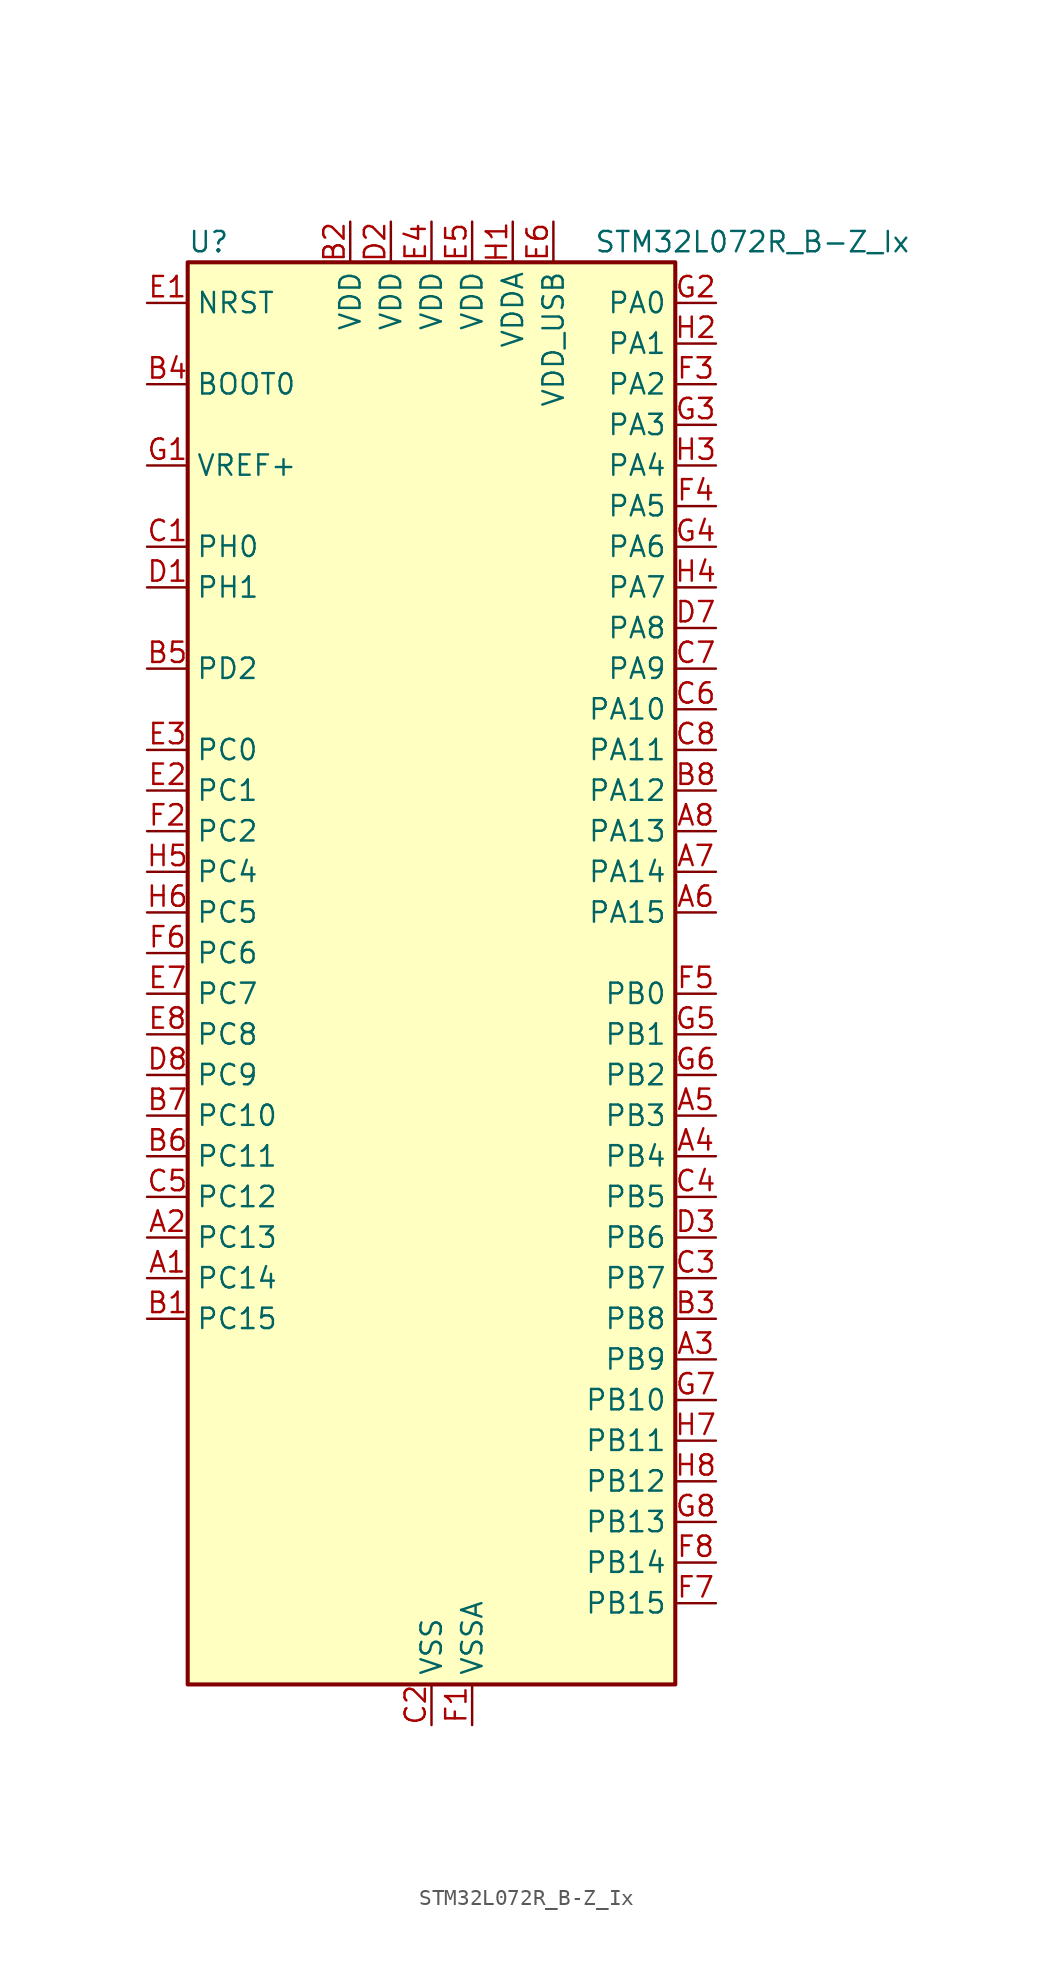
<source format=kicad_sym>
(kicad_symbol_lib
  (version 20231120)
  (generator "kicad_symbol_editor")
  (generator_version "8.0")
  (symbol "STM32L072R_B-Z_Ix"
    (property "Reference" "U"
      (at -15.24 46.99 0)
      (effects (font (size 1.27 1.27)) (justify left)))
    (property "Value" "STM32L072R_B-Z_Ix"
      (at 10.16 46.99 0)
      (effects (font (size 1.27 1.27)) (justify left)))
    (property "ki_locked" ""
      (at 0 0 0)
      (effects (font (size 1.27 1.27))))
    (symbol "STM32L072R_B-Z_Ix_0_1"
      (rectangle (start -15.24 -43.18) (end 15.24 45.72) (stroke (width 0.254) (type default)) (fill (type background))))
    (symbol "STM32L072R_B-Z_Ix_1_1"
      (pin bidirectional line (at -17.78 -17.78 0) (length 2.54) (name "PC14" (effects (font (size 1.27 1.27)))) (number "A1" (effects (font (size 1.27 1.27)))) (alternate "RCC_OSC32_IN" bidirectional line))
      (pin bidirectional line (at -17.78 -15.24 0) (length 2.54) (name "PC13" (effects (font (size 1.27 1.27)))) (number "A2" (effects (font (size 1.27 1.27)))) (alternate "RTC_OUT_ALARM" bidirectional line) (alternate "RTC_OUT_CALIB" bidirectional line) (alternate "RTC_TAMP1" bidirectional line) (alternate "RTC_TS" bidirectional line) (alternate "SYS_WKUP2" bidirectional line))
      (pin bidirectional line (at 17.78 -22.86 180) (length 2.54) (name "PB9" (effects (font (size 1.27 1.27)))) (number "A3" (effects (font (size 1.27 1.27)))) (alternate "DAC_EXTI9" bidirectional line) (alternate "I2C1_SDA" bidirectional line) (alternate "I2S2_WS" bidirectional line) (alternate "SPI2_NSS" bidirectional line))
      (pin bidirectional line (at 17.78 -10.16 180) (length 2.54) (name "PB4" (effects (font (size 1.27 1.27)))) (number "A4" (effects (font (size 1.27 1.27)))) (alternate "COMP2_INP" bidirectional line) (alternate "I2C3_SDA" bidirectional line) (alternate "SPI1_MISO" bidirectional line) (alternate "TIM22_CH1" bidirectional line) (alternate "TIM3_CH1" bidirectional line) (alternate "TSC_G5_IO2" bidirectional line) (alternate "USART1_CTS" bidirectional line) (alternate "USART5_RX" bidirectional line))
      (pin bidirectional line (at 17.78 -7.62 180) (length 2.54) (name "PB3" (effects (font (size 1.27 1.27)))) (number "A5" (effects (font (size 1.27 1.27)))) (alternate "COMP2_INM" bidirectional line) (alternate "SPI1_SCK" bidirectional line) (alternate "TIM2_CH2" bidirectional line) (alternate "TSC_G5_IO1" bidirectional line) (alternate "USART1_DE" bidirectional line) (alternate "USART1_RTS" bidirectional line) (alternate "USART5_TX" bidirectional line))
      (pin bidirectional line (at 17.78 5.08 180) (length 2.54) (name "PA15" (effects (font (size 1.27 1.27)))) (number "A6" (effects (font (size 1.27 1.27)))) (alternate "SPI1_NSS" bidirectional line) (alternate "TIM2_CH1" bidirectional line) (alternate "TIM2_ETR" bidirectional line) (alternate "USART2_RX" bidirectional line) (alternate "USART4_DE" bidirectional line) (alternate "USART4_RTS" bidirectional line))
      (pin bidirectional line (at 17.78 7.62 180) (length 2.54) (name "PA14" (effects (font (size 1.27 1.27)))) (number "A7" (effects (font (size 1.27 1.27)))) (alternate "LPUART1_TX" bidirectional line) (alternate "SYS_SWCLK" bidirectional line) (alternate "USART2_TX" bidirectional line))
      (pin bidirectional line (at 17.78 10.16 180) (length 2.54) (name "PA13" (effects (font (size 1.27 1.27)))) (number "A8" (effects (font (size 1.27 1.27)))) (alternate "LPUART1_RX" bidirectional line) (alternate "SYS_SWDIO" bidirectional line) (alternate "USB_NOE" bidirectional line))
      (pin bidirectional line (at -17.78 -20.32 0) (length 2.54) (name "PC15" (effects (font (size 1.27 1.27)))) (number "B1" (effects (font (size 1.27 1.27)))) (alternate "RCC_OSC32_OUT" bidirectional line))
      (pin power_in line (at -5.08 48.26 270) (length 2.54) (name "VDD" (effects (font (size 1.27 1.27)))) (number "B2" (effects (font (size 1.27 1.27)))))
      (pin bidirectional line (at 17.78 -20.32 180) (length 2.54) (name "PB8" (effects (font (size 1.27 1.27)))) (number "B3" (effects (font (size 1.27 1.27)))) (alternate "I2C1_SCL" bidirectional line) (alternate "TSC_SYNC" bidirectional line))
      (pin input line (at -17.78 38.1 0) (length 2.54) (name "BOOT0" (effects (font (size 1.27 1.27)))) (number "B4" (effects (font (size 1.27 1.27)))))
      (pin bidirectional line (at -17.78 20.32 0) (length 2.54) (name "PD2" (effects (font (size 1.27 1.27)))) (number "B5" (effects (font (size 1.27 1.27)))) (alternate "LPUART1_DE" bidirectional line) (alternate "LPUART1_RTS" bidirectional line) (alternate "TIM3_ETR" bidirectional line) (alternate "USART5_RX" bidirectional line))
      (pin bidirectional line (at -17.78 -10.16 0) (length 2.54) (name "PC11" (effects (font (size 1.27 1.27)))) (number "B6" (effects (font (size 1.27 1.27)))) (alternate "ADC_EXTI11" bidirectional line) (alternate "LPUART1_RX" bidirectional line) (alternate "USART4_RX" bidirectional line))
      (pin bidirectional line (at -17.78 -7.62 0) (length 2.54) (name "PC10" (effects (font (size 1.27 1.27)))) (number "B7" (effects (font (size 1.27 1.27)))) (alternate "LPUART1_TX" bidirectional line) (alternate "USART4_TX" bidirectional line))
      (pin bidirectional line (at 17.78 12.7 180) (length 2.54) (name "PA12" (effects (font (size 1.27 1.27)))) (number "B8" (effects (font (size 1.27 1.27)))) (alternate "COMP2_OUT" bidirectional line) (alternate "SPI1_MOSI" bidirectional line) (alternate "TSC_G4_IO4" bidirectional line) (alternate "USART1_DE" bidirectional line) (alternate "USART1_RTS" bidirectional line) (alternate "USB_DP" bidirectional line))
      (pin bidirectional line (at -17.78 27.94 0) (length 2.54) (name "PH0" (effects (font (size 1.27 1.27)))) (number "C1" (effects (font (size 1.27 1.27)))) (alternate "CRS_SYNC" bidirectional line) (alternate "RCC_OSC_IN" bidirectional line))
      (pin power_in line (at 0 -45.72 90) (length 2.54) (name "VSS" (effects (font (size 1.27 1.27)))) (number "C2" (effects (font (size 1.27 1.27)))))
      (pin bidirectional line (at 17.78 -17.78 180) (length 2.54) (name "PB7" (effects (font (size 1.27 1.27)))) (number "C3" (effects (font (size 1.27 1.27)))) (alternate "COMP2_INP" bidirectional line) (alternate "I2C1_SDA" bidirectional line) (alternate "LPTIM1_IN2" bidirectional line) (alternate "SYS_PVD_IN" bidirectional line) (alternate "TSC_G5_IO4" bidirectional line) (alternate "USART1_RX" bidirectional line) (alternate "USART4_CTS" bidirectional line))
      (pin bidirectional line (at 17.78 -12.7 180) (length 2.54) (name "PB5" (effects (font (size 1.27 1.27)))) (number "C4" (effects (font (size 1.27 1.27)))) (alternate "COMP2_INP" bidirectional line) (alternate "I2C1_SMBA" bidirectional line) (alternate "LPTIM1_IN1" bidirectional line) (alternate "SPI1_MOSI" bidirectional line) (alternate "TIM22_CH2" bidirectional line) (alternate "TIM3_CH2" bidirectional line) (alternate "USART1_CK" bidirectional line) (alternate "USART5_CK" bidirectional line) (alternate "USART5_DE" bidirectional line) (alternate "USART5_RTS" bidirectional line))
      (pin bidirectional line (at -17.78 -12.7 0) (length 2.54) (name "PC12" (effects (font (size 1.27 1.27)))) (number "C5" (effects (font (size 1.27 1.27)))) (alternate "USART4_CK" bidirectional line) (alternate "USART5_TX" bidirectional line))
      (pin bidirectional line (at 17.78 17.78 180) (length 2.54) (name "PA10" (effects (font (size 1.27 1.27)))) (number "C6" (effects (font (size 1.27 1.27)))) (alternate "I2C1_SDA" bidirectional line) (alternate "TSC_G4_IO2" bidirectional line) (alternate "USART1_RX" bidirectional line))
      (pin bidirectional line (at 17.78 20.32 180) (length 2.54) (name "PA9" (effects (font (size 1.27 1.27)))) (number "C7" (effects (font (size 1.27 1.27)))) (alternate "DAC_EXTI9" bidirectional line) (alternate "I2C1_SCL" bidirectional line) (alternate "I2C3_SMBA" bidirectional line) (alternate "RCC_MCO" bidirectional line) (alternate "TSC_G4_IO1" bidirectional line) (alternate "USART1_TX" bidirectional line))
      (pin bidirectional line (at 17.78 15.24 180) (length 2.54) (name "PA11" (effects (font (size 1.27 1.27)))) (number "C8" (effects (font (size 1.27 1.27)))) (alternate "ADC_EXTI11" bidirectional line) (alternate "COMP1_OUT" bidirectional line) (alternate "SPI1_MISO" bidirectional line) (alternate "TSC_G4_IO3" bidirectional line) (alternate "USART1_CTS" bidirectional line) (alternate "USB_DM" bidirectional line))
      (pin bidirectional line (at -17.78 25.4 0) (length 2.54) (name "PH1" (effects (font (size 1.27 1.27)))) (number "D1" (effects (font (size 1.27 1.27)))) (alternate "RCC_OSC_OUT" bidirectional line))
      (pin power_in line (at -2.54 48.26 270) (length 2.54) (name "VDD" (effects (font (size 1.27 1.27)))) (number "D2" (effects (font (size 1.27 1.27)))))
      (pin bidirectional line (at 17.78 -15.24 180) (length 2.54) (name "PB6" (effects (font (size 1.27 1.27)))) (number "D3" (effects (font (size 1.27 1.27)))) (alternate "COMP2_INP" bidirectional line) (alternate "I2C1_SCL" bidirectional line) (alternate "LPTIM1_ETR" bidirectional line) (alternate "TSC_G5_IO3" bidirectional line) (alternate "USART1_TX" bidirectional line))
      (pin passive line (at 0 -45.72 90) (length 2.54) hide (name "VSS" (effects (font (size 1.27 1.27)))) (number "D4" (effects (font (size 1.27 1.27)))))
      (pin passive line (at 0 -45.72 90) (length 2.54) hide (name "VSS" (effects (font (size 1.27 1.27)))) (number "D5" (effects (font (size 1.27 1.27)))))
      (pin passive line (at 0 -45.72 90) (length 2.54) hide (name "VSS" (effects (font (size 1.27 1.27)))) (number "D6" (effects (font (size 1.27 1.27)))))
      (pin bidirectional line (at 17.78 22.86 180) (length 2.54) (name "PA8" (effects (font (size 1.27 1.27)))) (number "D7" (effects (font (size 1.27 1.27)))) (alternate "CRS_SYNC" bidirectional line) (alternate "I2C3_SCL" bidirectional line) (alternate "RCC_MCO" bidirectional line) (alternate "USART1_CK" bidirectional line))
      (pin bidirectional line (at -17.78 -5.08 0) (length 2.54) (name "PC9" (effects (font (size 1.27 1.27)))) (number "D8" (effects (font (size 1.27 1.27)))) (alternate "DAC_EXTI9" bidirectional line) (alternate "I2C3_SDA" bidirectional line) (alternate "TIM21_ETR" bidirectional line) (alternate "TIM3_CH4" bidirectional line) (alternate "TSC_G8_IO4" bidirectional line) (alternate "USB_NOE" bidirectional line))
      (pin input line (at -17.78 43.18 0) (length 2.54) (name "NRST" (effects (font (size 1.27 1.27)))) (number "E1" (effects (font (size 1.27 1.27)))))
      (pin bidirectional line (at -17.78 12.7 0) (length 2.54) (name "PC1" (effects (font (size 1.27 1.27)))) (number "E2" (effects (font (size 1.27 1.27)))) (alternate "ADC_IN11" bidirectional line) (alternate "I2C3_SDA" bidirectional line) (alternate "LPTIM1_OUT" bidirectional line) (alternate "LPUART1_TX" bidirectional line) (alternate "TSC_G7_IO2" bidirectional line))
      (pin bidirectional line (at -17.78 15.24 0) (length 2.54) (name "PC0" (effects (font (size 1.27 1.27)))) (number "E3" (effects (font (size 1.27 1.27)))) (alternate "ADC_IN10" bidirectional line) (alternate "I2C3_SCL" bidirectional line) (alternate "LPTIM1_IN1" bidirectional line) (alternate "LPUART1_RX" bidirectional line) (alternate "TSC_G7_IO1" bidirectional line))
      (pin power_in line (at 0 48.26 270) (length 2.54) (name "VDD" (effects (font (size 1.27 1.27)))) (number "E4" (effects (font (size 1.27 1.27)))))
      (pin power_in line (at 2.54 48.26 270) (length 2.54) (name "VDD" (effects (font (size 1.27 1.27)))) (number "E5" (effects (font (size 1.27 1.27)))))
      (pin power_in line (at 7.62 48.26 270) (length 2.54) (name "VDD_USB" (effects (font (size 1.27 1.27)))) (number "E6" (effects (font (size 1.27 1.27)))))
      (pin bidirectional line (at -17.78 0 0) (length 2.54) (name "PC7" (effects (font (size 1.27 1.27)))) (number "E7" (effects (font (size 1.27 1.27)))) (alternate "TIM22_CH2" bidirectional line) (alternate "TIM3_CH2" bidirectional line) (alternate "TSC_G8_IO2" bidirectional line))
      (pin bidirectional line (at -17.78 -2.54 0) (length 2.54) (name "PC8" (effects (font (size 1.27 1.27)))) (number "E8" (effects (font (size 1.27 1.27)))) (alternate "TIM22_ETR" bidirectional line) (alternate "TIM3_CH3" bidirectional line) (alternate "TSC_G8_IO3" bidirectional line))
      (pin power_in line (at 2.54 -45.72 90) (length 2.54) (name "VSSA" (effects (font (size 1.27 1.27)))) (number "F1" (effects (font (size 1.27 1.27)))))
      (pin bidirectional line (at -17.78 10.16 0) (length 2.54) (name "PC2" (effects (font (size 1.27 1.27)))) (number "F2" (effects (font (size 1.27 1.27)))) (alternate "ADC_IN12" bidirectional line) (alternate "I2S2_MCK" bidirectional line) (alternate "LPTIM1_IN2" bidirectional line) (alternate "SPI2_MISO" bidirectional line) (alternate "TSC_G7_IO3" bidirectional line))
      (pin bidirectional line (at 17.78 38.1 180) (length 2.54) (name "PA2" (effects (font (size 1.27 1.27)))) (number "F3" (effects (font (size 1.27 1.27)))) (alternate "ADC_IN2" bidirectional line) (alternate "COMP2_INM" bidirectional line) (alternate "COMP2_OUT" bidirectional line) (alternate "LPUART1_TX" bidirectional line) (alternate "TIM21_CH1" bidirectional line) (alternate "TIM2_CH3" bidirectional line) (alternate "TSC_G1_IO3" bidirectional line) (alternate "USART2_TX" bidirectional line))
      (pin bidirectional line (at 17.78 30.48 180) (length 2.54) (name "PA5" (effects (font (size 1.27 1.27)))) (number "F4" (effects (font (size 1.27 1.27)))) (alternate "ADC_IN5" bidirectional line) (alternate "COMP1_INM" bidirectional line) (alternate "COMP2_INM" bidirectional line) (alternate "DAC_OUT2" bidirectional line) (alternate "SPI1_SCK" bidirectional line) (alternate "TIM2_CH1" bidirectional line) (alternate "TIM2_ETR" bidirectional line) (alternate "TSC_G2_IO2" bidirectional line))
      (pin bidirectional line (at 17.78 0 180) (length 2.54) (name "PB0" (effects (font (size 1.27 1.27)))) (number "F5" (effects (font (size 1.27 1.27)))) (alternate "ADC_IN8" bidirectional line) (alternate "SYS_VREF_OUT_PB0" bidirectional line) (alternate "TIM3_CH3" bidirectional line) (alternate "TSC_G3_IO2" bidirectional line))
      (pin bidirectional line (at -17.78 2.54 0) (length 2.54) (name "PC6" (effects (font (size 1.27 1.27)))) (number "F6" (effects (font (size 1.27 1.27)))) (alternate "TIM22_CH1" bidirectional line) (alternate "TIM3_CH1" bidirectional line) (alternate "TSC_G8_IO1" bidirectional line))
      (pin bidirectional line (at 17.78 -38.1 180) (length 2.54) (name "PB15" (effects (font (size 1.27 1.27)))) (number "F7" (effects (font (size 1.27 1.27)))) (alternate "I2S2_SD" bidirectional line) (alternate "RTC_REFIN" bidirectional line) (alternate "SPI2_MOSI" bidirectional line))
      (pin bidirectional line (at 17.78 -35.56 180) (length 2.54) (name "PB14" (effects (font (size 1.27 1.27)))) (number "F8" (effects (font (size 1.27 1.27)))) (alternate "I2C2_SDA" bidirectional line) (alternate "I2S2_MCK" bidirectional line) (alternate "LPUART1_DE" bidirectional line) (alternate "LPUART1_RTS" bidirectional line) (alternate "RTC_OUT_ALARM" bidirectional line) (alternate "RTC_OUT_CALIB" bidirectional line) (alternate "SPI2_MISO" bidirectional line) (alternate "TIM21_CH2" bidirectional line) (alternate "TSC_G6_IO4" bidirectional line))
      (pin input line (at -17.78 33.02 0) (length 2.54) (name "VREF+" (effects (font (size 1.27 1.27)))) (number "G1" (effects (font (size 1.27 1.27)))))
      (pin bidirectional line (at 17.78 43.18 180) (length 2.54) (name "PA0" (effects (font (size 1.27 1.27)))) (number "G2" (effects (font (size 1.27 1.27)))) (alternate "ADC_IN0" bidirectional line) (alternate "COMP1_INM" bidirectional line) (alternate "COMP1_OUT" bidirectional line) (alternate "RTC_TAMP2" bidirectional line) (alternate "SYS_WKUP1" bidirectional line) (alternate "TIM2_CH1" bidirectional line) (alternate "TIM2_ETR" bidirectional line) (alternate "TSC_G1_IO1" bidirectional line) (alternate "USART2_CTS" bidirectional line) (alternate "USART4_TX" bidirectional line))
      (pin bidirectional line (at 17.78 35.56 180) (length 2.54) (name "PA3" (effects (font (size 1.27 1.27)))) (number "G3" (effects (font (size 1.27 1.27)))) (alternate "ADC_IN3" bidirectional line) (alternate "COMP2_INP" bidirectional line) (alternate "LPUART1_RX" bidirectional line) (alternate "TIM21_CH2" bidirectional line) (alternate "TIM2_CH4" bidirectional line) (alternate "TSC_G1_IO4" bidirectional line) (alternate "USART2_RX" bidirectional line))
      (pin bidirectional line (at 17.78 27.94 180) (length 2.54) (name "PA6" (effects (font (size 1.27 1.27)))) (number "G4" (effects (font (size 1.27 1.27)))) (alternate "ADC_IN6" bidirectional line) (alternate "COMP1_OUT" bidirectional line) (alternate "LPUART1_CTS" bidirectional line) (alternate "SPI1_MISO" bidirectional line) (alternate "TIM22_CH1" bidirectional line) (alternate "TIM3_CH1" bidirectional line) (alternate "TSC_G2_IO3" bidirectional line))
      (pin bidirectional line (at 17.78 -2.54 180) (length 2.54) (name "PB1" (effects (font (size 1.27 1.27)))) (number "G5" (effects (font (size 1.27 1.27)))) (alternate "ADC_IN9" bidirectional line) (alternate "LPUART1_DE" bidirectional line) (alternate "LPUART1_RTS" bidirectional line) (alternate "SYS_VREF_OUT_PB1" bidirectional line) (alternate "TIM3_CH4" bidirectional line) (alternate "TSC_G3_IO3" bidirectional line))
      (pin bidirectional line (at 17.78 -5.08 180) (length 2.54) (name "PB2" (effects (font (size 1.27 1.27)))) (number "G6" (effects (font (size 1.27 1.27)))) (alternate "I2C3_SMBA" bidirectional line) (alternate "LPTIM1_OUT" bidirectional line) (alternate "TSC_G3_IO4" bidirectional line))
      (pin bidirectional line (at 17.78 -25.4 180) (length 2.54) (name "PB10" (effects (font (size 1.27 1.27)))) (number "G7" (effects (font (size 1.27 1.27)))) (alternate "I2C2_SCL" bidirectional line) (alternate "LPUART1_RX" bidirectional line) (alternate "LPUART1_TX" bidirectional line) (alternate "SPI2_SCK" bidirectional line) (alternate "TIM2_CH3" bidirectional line) (alternate "TSC_SYNC" bidirectional line))
      (pin bidirectional line (at 17.78 -33.02 180) (length 2.54) (name "PB13" (effects (font (size 1.27 1.27)))) (number "G8" (effects (font (size 1.27 1.27)))) (alternate "I2C2_SCL" bidirectional line) (alternate "I2S2_CK" bidirectional line) (alternate "LPUART1_CTS" bidirectional line) (alternate "RCC_MCO" bidirectional line) (alternate "SPI2_SCK" bidirectional line) (alternate "TIM21_CH1" bidirectional line) (alternate "TSC_G6_IO3" bidirectional line))
      (pin power_in line (at 5.08 48.26 270) (length 2.54) (name "VDDA" (effects (font (size 1.27 1.27)))) (number "H1" (effects (font (size 1.27 1.27)))))
      (pin bidirectional line (at 17.78 40.64 180) (length 2.54) (name "PA1" (effects (font (size 1.27 1.27)))) (number "H2" (effects (font (size 1.27 1.27)))) (alternate "ADC_IN1" bidirectional line) (alternate "COMP1_INP" bidirectional line) (alternate "TIM21_ETR" bidirectional line) (alternate "TIM2_CH2" bidirectional line) (alternate "TSC_G1_IO2" bidirectional line) (alternate "USART2_DE" bidirectional line) (alternate "USART2_RTS" bidirectional line) (alternate "USART4_RX" bidirectional line))
      (pin bidirectional line (at 17.78 33.02 180) (length 2.54) (name "PA4" (effects (font (size 1.27 1.27)))) (number "H3" (effects (font (size 1.27 1.27)))) (alternate "ADC_IN4" bidirectional line) (alternate "COMP1_INM" bidirectional line) (alternate "COMP2_INM" bidirectional line) (alternate "DAC_OUT1" bidirectional line) (alternate "SPI1_NSS" bidirectional line) (alternate "TIM22_ETR" bidirectional line) (alternate "TSC_G2_IO1" bidirectional line) (alternate "USART2_CK" bidirectional line))
      (pin bidirectional line (at 17.78 25.4 180) (length 2.54) (name "PA7" (effects (font (size 1.27 1.27)))) (number "H4" (effects (font (size 1.27 1.27)))) (alternate "ADC_IN7" bidirectional line) (alternate "COMP2_OUT" bidirectional line) (alternate "SPI1_MOSI" bidirectional line) (alternate "TIM22_CH2" bidirectional line) (alternate "TIM3_CH2" bidirectional line) (alternate "TSC_G2_IO4" bidirectional line))
      (pin bidirectional line (at -17.78 7.62 0) (length 2.54) (name "PC4" (effects (font (size 1.27 1.27)))) (number "H5" (effects (font (size 1.27 1.27)))) (alternate "ADC_IN14" bidirectional line) (alternate "LPUART1_TX" bidirectional line))
      (pin bidirectional line (at -17.78 5.08 0) (length 2.54) (name "PC5" (effects (font (size 1.27 1.27)))) (number "H6" (effects (font (size 1.27 1.27)))) (alternate "ADC_IN15" bidirectional line) (alternate "LPUART1_RX" bidirectional line) (alternate "TSC_G3_IO1" bidirectional line))
      (pin bidirectional line (at 17.78 -27.94 180) (length 2.54) (name "PB11" (effects (font (size 1.27 1.27)))) (number "H7" (effects (font (size 1.27 1.27)))) (alternate "ADC_EXTI11" bidirectional line) (alternate "I2C2_SDA" bidirectional line) (alternate "LPUART1_RX" bidirectional line) (alternate "LPUART1_TX" bidirectional line) (alternate "TIM2_CH4" bidirectional line) (alternate "TSC_G6_IO1" bidirectional line))
      (pin bidirectional line (at 17.78 -30.48 180) (length 2.54) (name "PB12" (effects (font (size 1.27 1.27)))) (number "H8" (effects (font (size 1.27 1.27)))) (alternate "I2S2_WS" bidirectional line) (alternate "LPUART1_DE" bidirectional line) (alternate "LPUART1_RTS" bidirectional line) (alternate "SPI2_NSS" bidirectional line) (alternate "TSC_G6_IO2" bidirectional line)))))
</source>
